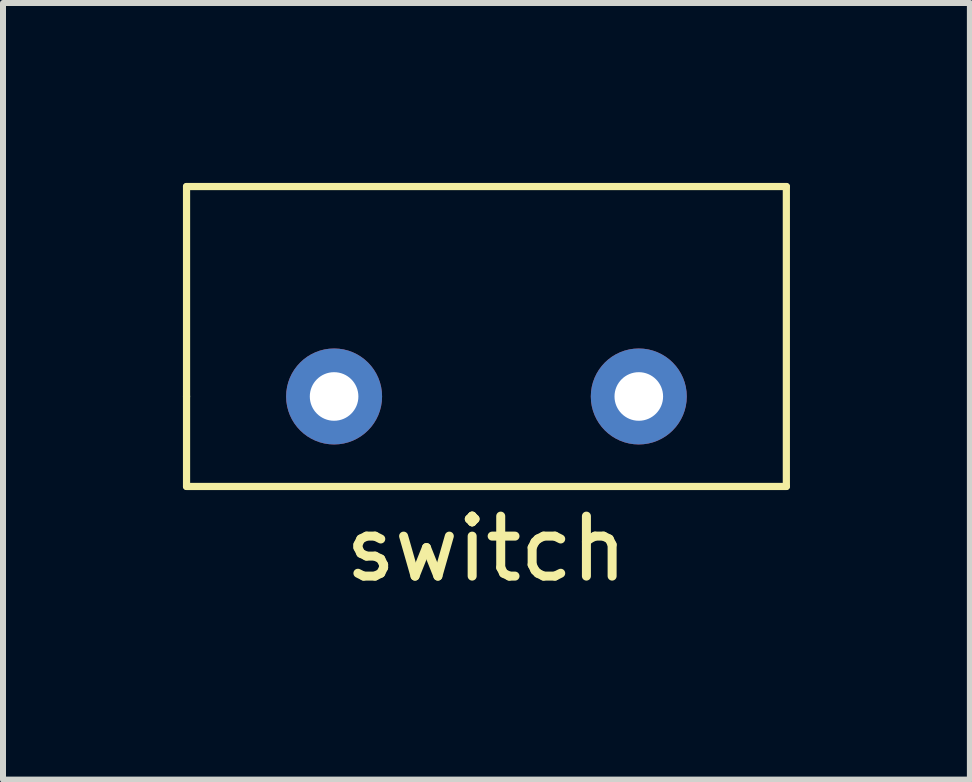
<source format=kicad_pcb>
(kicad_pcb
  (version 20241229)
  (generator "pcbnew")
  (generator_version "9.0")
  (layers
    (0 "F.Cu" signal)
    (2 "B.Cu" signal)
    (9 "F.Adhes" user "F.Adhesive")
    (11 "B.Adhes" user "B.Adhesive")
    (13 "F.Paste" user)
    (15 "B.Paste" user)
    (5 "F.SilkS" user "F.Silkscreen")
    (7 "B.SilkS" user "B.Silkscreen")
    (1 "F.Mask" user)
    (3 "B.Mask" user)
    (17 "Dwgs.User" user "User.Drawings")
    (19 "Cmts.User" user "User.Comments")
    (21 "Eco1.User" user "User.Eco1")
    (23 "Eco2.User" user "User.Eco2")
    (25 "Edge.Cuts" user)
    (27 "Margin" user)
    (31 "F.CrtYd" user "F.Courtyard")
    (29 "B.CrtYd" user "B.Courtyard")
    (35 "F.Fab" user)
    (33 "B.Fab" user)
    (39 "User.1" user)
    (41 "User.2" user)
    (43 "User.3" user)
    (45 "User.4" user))
  (footprint "switch"
    (layer "F.Cu")
    (at 5.06 3.56)
    (property "Reference" "switch" (at 0 2.54 0) (layer "F.SilkS") (effects (font (size 1 1) (thickness 0.15))))
    (attr through_hole)
    (fp_line (start -5 -3.5) (end -5 0) (stroke (width 0.12) (type solid)) (layer "F.SilkS"))
    (fp_line (start -5 0) (end -5 1.5) (stroke (width 0.12) (type solid)) (layer "F.SilkS"))
    (fp_line (start -5 1.5) (end 5 1.5) (stroke (width 0.12) (type solid)) (layer "F.SilkS"))
    (fp_line (start 5 -3.5) (end -5 -3.5) (stroke (width 0.12) (type solid)) (layer "F.SilkS"))
    (fp_line (start 5 1.5) (end 5 -3.5) (stroke (width 0.12) (type solid)) (layer "F.SilkS"))
    (pad "1" thru_hole circle (at -2.54 0) (size 1.6 1.6) (drill 0.81) (layers "*.Cu" "*.Mask"))
    (pad "2" thru_hole circle (at 2.54 0) (size 1.6 1.6) (drill 0.81) (layers "*.Cu" "*.Mask")))
  (gr_rect
    (start -3 -3)
    (end 13.12 9.948)
    (stroke (width 0.1) (type default))
    (fill no)
    (layer "Edge.Cuts")))
</source>
